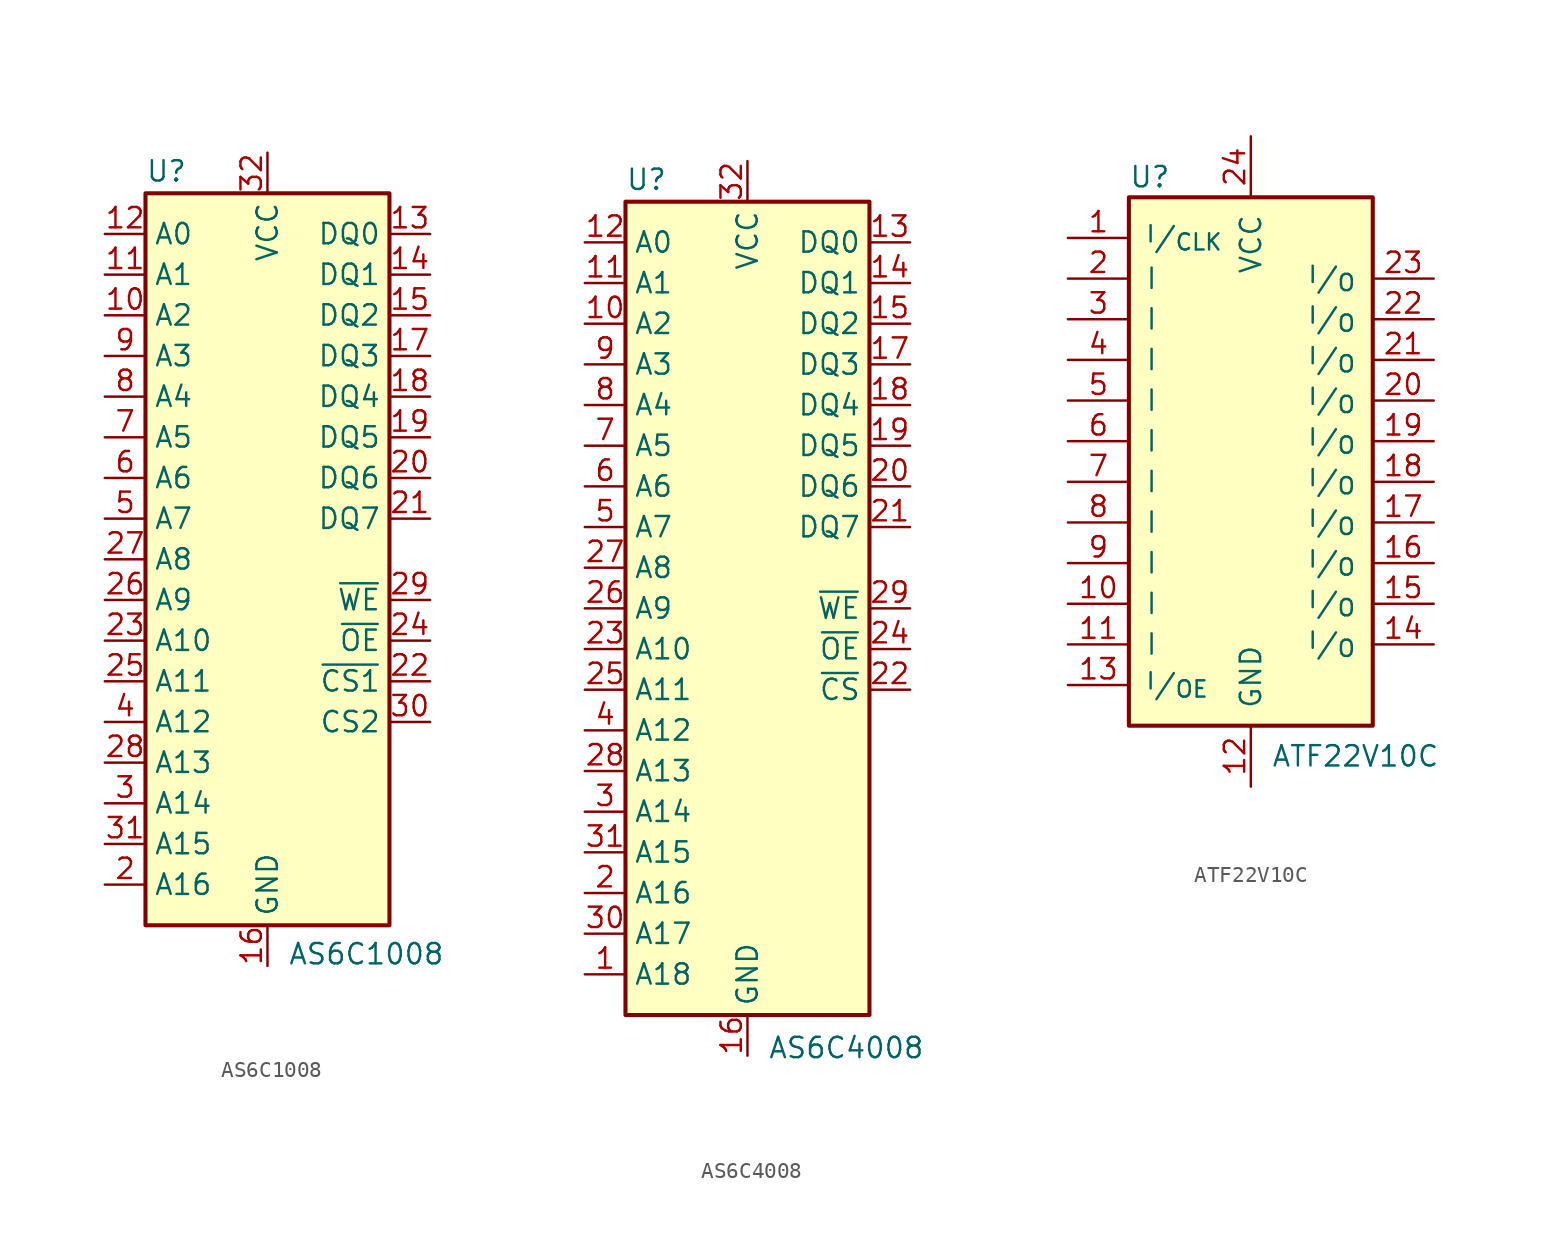
<source format=kicad_sym>
(kicad_symbol_lib
  (version 20241209)
  (generator "kicad_symbol_editor")
  (generator_version "9.0")
  (symbol "AS6C1008"
    (property "Reference" "U"
      (at -7.62 23.495 0)
      (effects (font (size 1.27 1.27)) (justify left bottom)))
    (property "Value" "AS6C1008"
      (at 1.27 -25.4 0)
      (effects (font (size 1.27 1.27)) (justify left bottom)))
    (symbol "AS6C1008_0_0"
      (pin power_in line (at 0 25.4 270) (length 2.54) (name "VCC" (effects (font (size 1.27 1.27)))) (number "32" (effects (font (size 1.27 1.27)))))
      (pin power_in line (at 0 -25.4 90) (length 2.54) (name "GND" (effects (font (size 1.27 1.27)))) (number "16" (effects (font (size 1.27 1.27))))))
    (symbol "AS6C1008_0_1"
      (rectangle (start -7.62 22.86) (end 7.62 -22.86) (stroke (width 0.254) (type default)) (fill (type background))))
    (symbol "AS6C1008_1_1"
      (pin input line (at -10.16 20.32 0) (length 2.54) (name "A0" (effects (font (size 1.27 1.27)))) (number "12" (effects (font (size 1.27 1.27)))))
      (pin input line (at -10.16 17.78 0) (length 2.54) (name "A1" (effects (font (size 1.27 1.27)))) (number "11" (effects (font (size 1.27 1.27)))))
      (pin input line (at -10.16 15.24 0) (length 2.54) (name "A2" (effects (font (size 1.27 1.27)))) (number "10" (effects (font (size 1.27 1.27)))))
      (pin input line (at -10.16 12.7 0) (length 2.54) (name "A3" (effects (font (size 1.27 1.27)))) (number "9" (effects (font (size 1.27 1.27)))))
      (pin input line (at -10.16 10.16 0) (length 2.54) (name "A4" (effects (font (size 1.27 1.27)))) (number "8" (effects (font (size 1.27 1.27)))))
      (pin input line (at -10.16 7.62 0) (length 2.54) (name "A5" (effects (font (size 1.27 1.27)))) (number "7" (effects (font (size 1.27 1.27)))))
      (pin input line (at -10.16 5.08 0) (length 2.54) (name "A6" (effects (font (size 1.27 1.27)))) (number "6" (effects (font (size 1.27 1.27)))))
      (pin input line (at -10.16 2.54 0) (length 2.54) (name "A7" (effects (font (size 1.27 1.27)))) (number "5" (effects (font (size 1.27 1.27)))))
      (pin input line (at -10.16 0 0) (length 2.54) (name "A8" (effects (font (size 1.27 1.27)))) (number "27" (effects (font (size 1.27 1.27)))))
      (pin input line (at -10.16 -2.54 0) (length 2.54) (name "A9" (effects (font (size 1.27 1.27)))) (number "26" (effects (font (size 1.27 1.27)))))
      (pin input line (at -10.16 -5.08 0) (length 2.54) (name "A10" (effects (font (size 1.27 1.27)))) (number "23" (effects (font (size 1.27 1.27)))))
      (pin input line (at -10.16 -7.62 0) (length 2.54) (name "A11" (effects (font (size 1.27 1.27)))) (number "25" (effects (font (size 1.27 1.27)))))
      (pin input line (at -10.16 -10.16 0) (length 2.54) (name "A12" (effects (font (size 1.27 1.27)))) (number "4" (effects (font (size 1.27 1.27)))))
      (pin input line (at -10.16 -12.7 0) (length 2.54) (name "A13" (effects (font (size 1.27 1.27)))) (number "28" (effects (font (size 1.27 1.27)))))
      (pin input line (at -10.16 -15.24 0) (length 2.54) (name "A14" (effects (font (size 1.27 1.27)))) (number "3" (effects (font (size 1.27 1.27)))))
      (pin input line (at -10.16 -17.78 0) (length 2.54) (name "A15" (effects (font (size 1.27 1.27)))) (number "31" (effects (font (size 1.27 1.27)))))
      (pin input line (at -10.16 -20.32 0) (length 2.54) (name "A16" (effects (font (size 1.27 1.27)))) (number "2" (effects (font (size 1.27 1.27)))))
      (pin tri_state line (at 10.16 20.32 180) (length 2.54) (name "DQ0" (effects (font (size 1.27 1.27)))) (number "13" (effects (font (size 1.27 1.27)))))
      (pin tri_state line (at 10.16 17.78 180) (length 2.54) (name "DQ1" (effects (font (size 1.27 1.27)))) (number "14" (effects (font (size 1.27 1.27)))))
      (pin tri_state line (at 10.16 15.24 180) (length 2.54) (name "DQ2" (effects (font (size 1.27 1.27)))) (number "15" (effects (font (size 1.27 1.27)))))
      (pin tri_state line (at 10.16 12.7 180) (length 2.54) (name "DQ3" (effects (font (size 1.27 1.27)))) (number "17" (effects (font (size 1.27 1.27)))))
      (pin tri_state line (at 10.16 10.16 180) (length 2.54) (name "DQ4" (effects (font (size 1.27 1.27)))) (number "18" (effects (font (size 1.27 1.27)))))
      (pin tri_state line (at 10.16 7.62 180) (length 2.54) (name "DQ5" (effects (font (size 1.27 1.27)))) (number "19" (effects (font (size 1.27 1.27)))))
      (pin tri_state line (at 10.16 5.08 180) (length 2.54) (name "DQ6" (effects (font (size 1.27 1.27)))) (number "20" (effects (font (size 1.27 1.27)))))
      (pin tri_state line (at 10.16 2.54 180) (length 2.54) (name "DQ7" (effects (font (size 1.27 1.27)))) (number "21" (effects (font (size 1.27 1.27)))))
      (pin input line (at 10.16 -2.54 180) (length 2.54) (name "~{WE}" (effects (font (size 1.27 1.27)))) (number "29" (effects (font (size 1.27 1.27)))))
      (pin input line (at 10.16 -5.08 180) (length 2.54) (name "~{OE}" (effects (font (size 1.27 1.27)))) (number "24" (effects (font (size 1.27 1.27)))))
      (pin input line (at 10.16 -7.62 180) (length 2.54) (name "~{CS1}" (effects (font (size 1.27 1.27)))) (number "22" (effects (font (size 1.27 1.27)))))
      (pin input line (at 10.16 -10.16 180) (length 2.54) (name "CS2" (effects (font (size 1.27 1.27)))) (number "30" (effects (font (size 1.27 1.27)))))
      (pin no_connect line (at 10.16 -20.32 180) (length 2.54) (hide yes) (name "NC" (effects (font (size 1.27 1.27)))) (number "1" (effects (font (size 1.27 1.27)))))))
  (symbol "AS6C4008"
    (property "Reference" "U"
      (at -7.62 0.635 0)
      (do_not_autoplace)
      (effects (font (size 1.27 1.27)) (justify left bottom)))
    (property "Value" "AS6C4008"
      (at 1.27 -53.594 0)
      (do_not_autoplace)
      (effects (font (size 1.27 1.27)) (justify left bottom)))
    (symbol "AS6C4008_0_0"
      (pin power_in line (at 0 2.54 270) (length 2.54) (name "VCC" (effects (font (size 1.27 1.27)))) (number "32" (effects (font (size 1.27 1.27)))))
      (pin power_in line (at 0 -53.34 90) (length 2.54) (name "GND" (effects (font (size 1.27 1.27)))) (number "16" (effects (font (size 1.27 1.27))))))
    (symbol "AS6C4008_0_1"
      (rectangle (start -7.62 0) (end 7.62 -50.8) (stroke (width 0.254) (type default)) (fill (type background))))
    (symbol "AS6C4008_1_1"
      (pin input line (at -10.16 -2.54 0) (length 2.54) (name "A0" (effects (font (size 1.27 1.27)))) (number "12" (effects (font (size 1.27 1.27)))))
      (pin input line (at -10.16 -5.08 0) (length 2.54) (name "A1" (effects (font (size 1.27 1.27)))) (number "11" (effects (font (size 1.27 1.27)))))
      (pin input line (at -10.16 -7.62 0) (length 2.54) (name "A2" (effects (font (size 1.27 1.27)))) (number "10" (effects (font (size 1.27 1.27)))))
      (pin input line (at -10.16 -10.16 0) (length 2.54) (name "A3" (effects (font (size 1.27 1.27)))) (number "9" (effects (font (size 1.27 1.27)))))
      (pin input line (at -10.16 -12.7 0) (length 2.54) (name "A4" (effects (font (size 1.27 1.27)))) (number "8" (effects (font (size 1.27 1.27)))))
      (pin input line (at -10.16 -15.24 0) (length 2.54) (name "A5" (effects (font (size 1.27 1.27)))) (number "7" (effects (font (size 1.27 1.27)))))
      (pin input line (at -10.16 -17.78 0) (length 2.54) (name "A6" (effects (font (size 1.27 1.27)))) (number "6" (effects (font (size 1.27 1.27)))))
      (pin input line (at -10.16 -20.32 0) (length 2.54) (name "A7" (effects (font (size 1.27 1.27)))) (number "5" (effects (font (size 1.27 1.27)))))
      (pin input line (at -10.16 -22.86 0) (length 2.54) (name "A8" (effects (font (size 1.27 1.27)))) (number "27" (effects (font (size 1.27 1.27)))))
      (pin input line (at -10.16 -25.4 0) (length 2.54) (name "A9" (effects (font (size 1.27 1.27)))) (number "26" (effects (font (size 1.27 1.27)))))
      (pin input line (at -10.16 -27.94 0) (length 2.54) (name "A10" (effects (font (size 1.27 1.27)))) (number "23" (effects (font (size 1.27 1.27)))))
      (pin input line (at -10.16 -30.48 0) (length 2.54) (name "A11" (effects (font (size 1.27 1.27)))) (number "25" (effects (font (size 1.27 1.27)))))
      (pin input line (at -10.16 -33.02 0) (length 2.54) (name "A12" (effects (font (size 1.27 1.27)))) (number "4" (effects (font (size 1.27 1.27)))))
      (pin input line (at -10.16 -35.56 0) (length 2.54) (name "A13" (effects (font (size 1.27 1.27)))) (number "28" (effects (font (size 1.27 1.27)))))
      (pin input line (at -10.16 -38.1 0) (length 2.54) (name "A14" (effects (font (size 1.27 1.27)))) (number "3" (effects (font (size 1.27 1.27)))))
      (pin input line (at -10.16 -40.64 0) (length 2.54) (name "A15" (effects (font (size 1.27 1.27)))) (number "31" (effects (font (size 1.27 1.27)))))
      (pin input line (at -10.16 -43.18 0) (length 2.54) (name "A16" (effects (font (size 1.27 1.27)))) (number "2" (effects (font (size 1.27 1.27)))))
      (pin input line (at -10.16 -45.72 0) (length 2.54) (name "A17" (effects (font (size 1.27 1.27)))) (number "30" (effects (font (size 1.27 1.27)))))
      (pin input line (at -10.16 -48.26 0) (length 2.54) (name "A18" (effects (font (size 1.27 1.27)))) (number "1" (effects (font (size 1.27 1.27)))))
      (pin tri_state line (at 10.16 -2.54 180) (length 2.54) (name "DQ0" (effects (font (size 1.27 1.27)))) (number "13" (effects (font (size 1.27 1.27)))))
      (pin tri_state line (at 10.16 -5.08 180) (length 2.54) (name "DQ1" (effects (font (size 1.27 1.27)))) (number "14" (effects (font (size 1.27 1.27)))))
      (pin tri_state line (at 10.16 -7.62 180) (length 2.54) (name "DQ2" (effects (font (size 1.27 1.27)))) (number "15" (effects (font (size 1.27 1.27)))))
      (pin tri_state line (at 10.16 -10.16 180) (length 2.54) (name "DQ3" (effects (font (size 1.27 1.27)))) (number "17" (effects (font (size 1.27 1.27)))))
      (pin tri_state line (at 10.16 -12.7 180) (length 2.54) (name "DQ4" (effects (font (size 1.27 1.27)))) (number "18" (effects (font (size 1.27 1.27)))))
      (pin tri_state line (at 10.16 -15.24 180) (length 2.54) (name "DQ5" (effects (font (size 1.27 1.27)))) (number "19" (effects (font (size 1.27 1.27)))))
      (pin tri_state line (at 10.16 -17.78 180) (length 2.54) (name "DQ6" (effects (font (size 1.27 1.27)))) (number "20" (effects (font (size 1.27 1.27)))))
      (pin tri_state line (at 10.16 -20.32 180) (length 2.54) (name "DQ7" (effects (font (size 1.27 1.27)))) (number "21" (effects (font (size 1.27 1.27)))))
      (pin input line (at 10.16 -25.4 180) (length 2.54) (name "~{WE}" (effects (font (size 1.27 1.27)))) (number "29" (effects (font (size 1.27 1.27)))))
      (pin input line (at 10.16 -27.94 180) (length 2.54) (name "~{OE}" (effects (font (size 1.27 1.27)))) (number "24" (effects (font (size 1.27 1.27)))))
      (pin input line (at 10.16 -30.48 180) (length 2.54) (name "~{CS}" (effects (font (size 1.27 1.27)))) (number "22" (effects (font (size 1.27 1.27)))))))
  (symbol "ATF22V10C"
    (pin_names
      (offset 1.016))
    (property "Reference" "U"
      (at -7.62 1.27 0)
      (do_not_autoplace)
      (effects (font (size 1.27 1.27)) (justify left)))
    (property "Value" "ATF22V10C"
      (at 1.27 -34.925 0)
      (do_not_autoplace)
      (effects (font (size 1.27 1.27)) (justify left)))
    (symbol "ATF22V10C_1_1"
      (rectangle (start -7.62 0) (end 7.62 -33.02) (stroke (width 0.254) (type default)) (fill (type background)))
      (pin input line (at -11.43 -2.54 0) (length 3.81) (name "^{I}/_{CLK}" (effects (font (size 1.27 1.27)))) (number "1" (effects (font (size 1.27 1.27)))))
      (pin input line (at -11.43 -5.08 0) (length 3.81) (name "I" (effects (font (size 1.27 1.27)))) (number "2" (effects (font (size 1.27 1.27)))))
      (pin input line (at -11.43 -7.62 0) (length 3.81) (name "I" (effects (font (size 1.27 1.27)))) (number "3" (effects (font (size 1.27 1.27)))))
      (pin input line (at -11.43 -10.16 0) (length 3.81) (name "I" (effects (font (size 1.27 1.27)))) (number "4" (effects (font (size 1.27 1.27)))))
      (pin input line (at -11.43 -12.7 0) (length 3.81) (name "I" (effects (font (size 1.27 1.27)))) (number "5" (effects (font (size 1.27 1.27)))))
      (pin input line (at -11.43 -15.24 0) (length 3.81) (name "I" (effects (font (size 1.27 1.27)))) (number "6" (effects (font (size 1.27 1.27)))))
      (pin input line (at -11.43 -17.78 0) (length 3.81) (name "I" (effects (font (size 1.27 1.27)))) (number "7" (effects (font (size 1.27 1.27)))))
      (pin input line (at -11.43 -20.32 0) (length 3.81) (name "I" (effects (font (size 1.27 1.27)))) (number "8" (effects (font (size 1.27 1.27)))))
      (pin input line (at -11.43 -22.86 0) (length 3.81) (name "I" (effects (font (size 1.27 1.27)))) (number "9" (effects (font (size 1.27 1.27)))))
      (pin input line (at -11.43 -25.4 0) (length 3.81) (name "I" (effects (font (size 1.27 1.27)))) (number "10" (effects (font (size 1.27 1.27)))))
      (pin input line (at -11.43 -27.94 0) (length 3.81) (name "I" (effects (font (size 1.27 1.27)))) (number "11" (effects (font (size 1.27 1.27)))))
      (pin input line (at -11.43 -30.48 0) (length 3.81) (name "^{I}/_{OE}" (effects (font (size 1.27 1.27)))) (number "13" (effects (font (size 1.27 1.27)))))
      (pin power_in line (at 0 3.81 270) (length 3.81) (name "VCC" (effects (font (size 1.27 1.27)))) (number "24" (effects (font (size 1.27 1.27)))))
      (pin power_in line (at 0 -36.83 90) (length 3.81) (name "GND" (effects (font (size 1.27 1.27)))) (number "12" (effects (font (size 1.27 1.27)))))
      (pin bidirectional line (at 11.43 -5.08 180) (length 3.81) (name "^{I}/_{O}" (effects (font (size 1.27 1.27)))) (number "23" (effects (font (size 1.27 1.27)))))
      (pin bidirectional line (at 11.43 -7.62 180) (length 3.81) (name "^{I}/_{O}" (effects (font (size 1.27 1.27)))) (number "22" (effects (font (size 1.27 1.27)))))
      (pin bidirectional line (at 11.43 -10.16 180) (length 3.81) (name "^{I}/_{O}" (effects (font (size 1.27 1.27)))) (number "21" (effects (font (size 1.27 1.27)))))
      (pin bidirectional line (at 11.43 -12.7 180) (length 3.81) (name "^{I}/_{O}" (effects (font (size 1.27 1.27)))) (number "20" (effects (font (size 1.27 1.27)))))
      (pin bidirectional line (at 11.43 -15.24 180) (length 3.81) (name "^{I}/_{O}" (effects (font (size 1.27 1.27)))) (number "19" (effects (font (size 1.27 1.27)))))
      (pin bidirectional line (at 11.43 -17.78 180) (length 3.81) (name "^{I}/_{O}" (effects (font (size 1.27 1.27)))) (number "18" (effects (font (size 1.27 1.27)))))
      (pin bidirectional line (at 11.43 -20.32 180) (length 3.81) (name "^{I}/_{O}" (effects (font (size 1.27 1.27)))) (number "17" (effects (font (size 1.27 1.27)))))
      (pin bidirectional line (at 11.43 -22.86 180) (length 3.81) (name "^{I}/_{O}" (effects (font (size 1.27 1.27)))) (number "16" (effects (font (size 1.27 1.27)))))
      (pin bidirectional line (at 11.43 -25.4 180) (length 3.81) (name "^{I}/_{O}" (effects (font (size 1.27 1.27)))) (number "15" (effects (font (size 1.27 1.27)))))
      (pin bidirectional line (at 11.43 -27.94 180) (length 3.81) (name "^{I}/_{O}" (effects (font (size 1.27 1.27)))) (number "14" (effects (font (size 1.27 1.27))))))))
</source>
